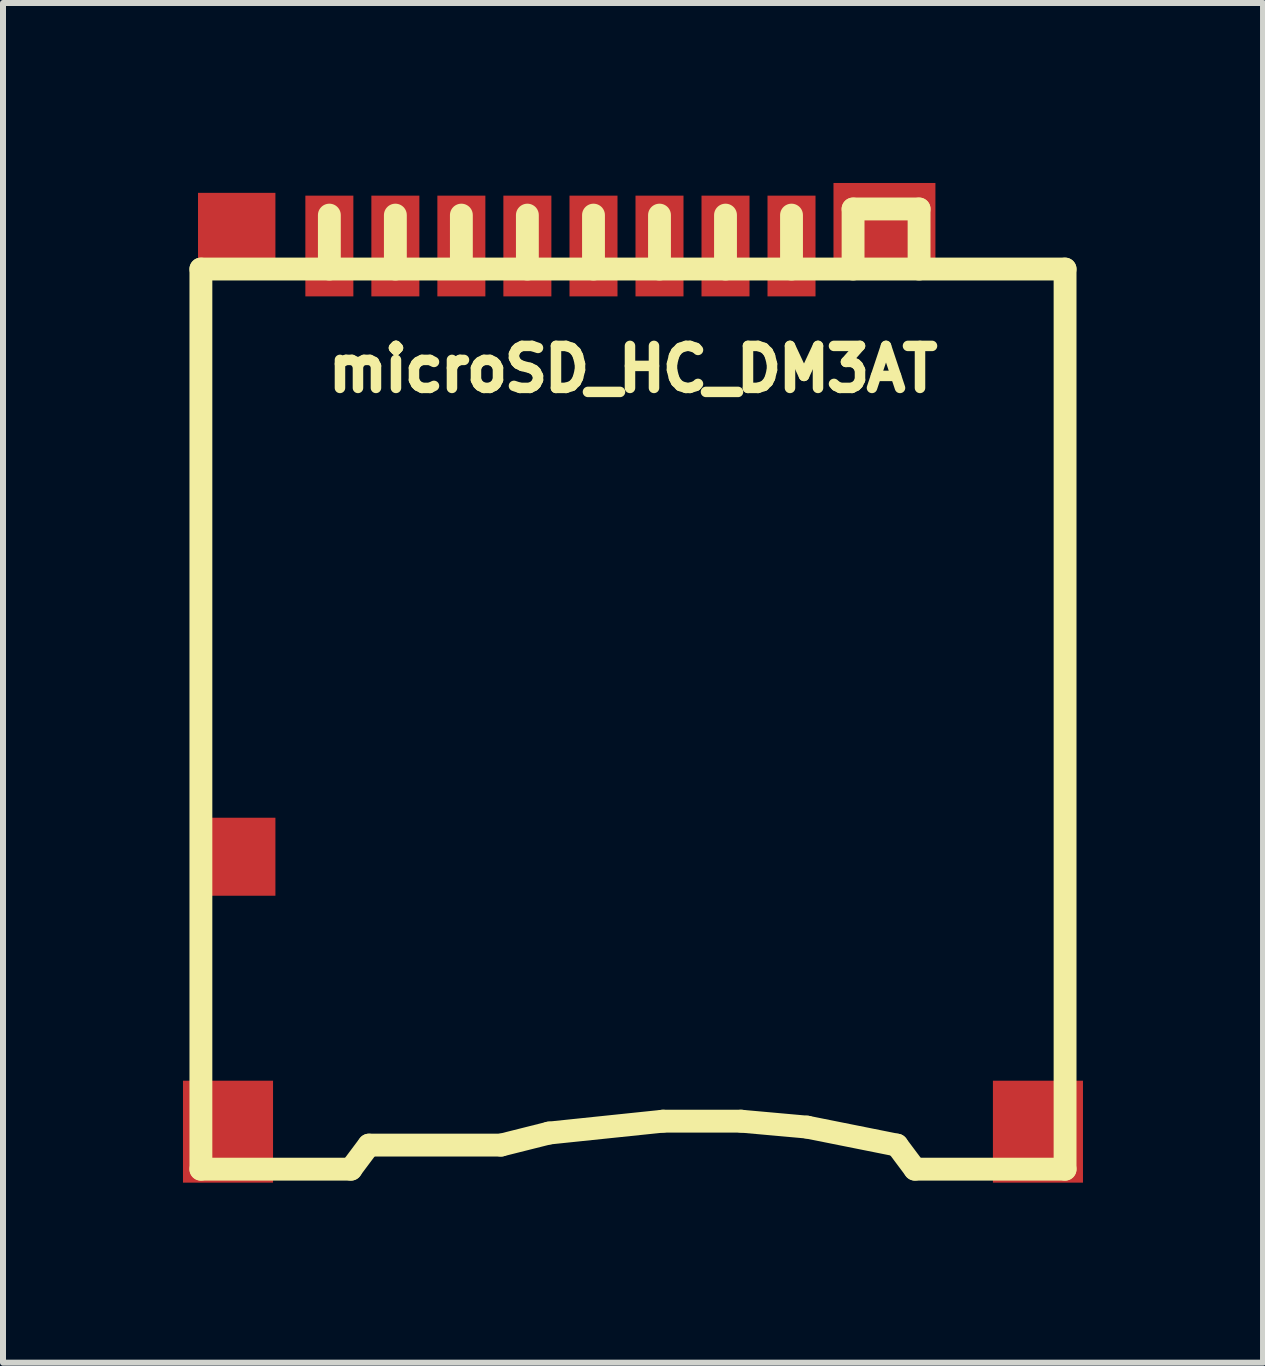
<source format=kicad_pcb>
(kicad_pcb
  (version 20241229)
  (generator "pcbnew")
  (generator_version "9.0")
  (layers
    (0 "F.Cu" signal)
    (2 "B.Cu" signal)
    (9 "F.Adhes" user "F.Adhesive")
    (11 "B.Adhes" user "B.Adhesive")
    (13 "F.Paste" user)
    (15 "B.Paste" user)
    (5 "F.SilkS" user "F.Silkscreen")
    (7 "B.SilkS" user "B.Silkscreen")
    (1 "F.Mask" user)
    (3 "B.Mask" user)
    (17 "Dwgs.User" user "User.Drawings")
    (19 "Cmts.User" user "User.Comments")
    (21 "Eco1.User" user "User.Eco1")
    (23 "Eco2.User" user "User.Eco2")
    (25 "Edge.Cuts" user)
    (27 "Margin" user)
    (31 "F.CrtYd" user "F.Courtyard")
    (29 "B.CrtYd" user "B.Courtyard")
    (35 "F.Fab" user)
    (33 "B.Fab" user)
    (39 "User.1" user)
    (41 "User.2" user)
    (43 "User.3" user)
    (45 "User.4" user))
  (footprint "microSD_HC_DM3AT"
    (layer "F.Cu")
    (at 7.499 8.434)
    (property "Reference" "microSD_HC_DM3AT" (at 0 -5.334 0) (layer "F.SilkS") (effects (font (size 0.7 0.7) (thickness 0.175))))
    (attr through_hole)
    (fp_line (start -7.201 -7) (end -7.201 8.001) (stroke (width 0.381) (type solid)) (layer "F.SilkS"))
    (fp_line (start -5.06 -7) (end -5.06 -7.899) (stroke (width 0.381) (type solid)) (layer "F.SilkS"))
    (fp_line (start -4.699 8.001) (end -7.201 8.001) (stroke (width 0.381) (type solid)) (layer "F.SilkS"))
    (fp_line (start -4.402 7.6) (end -4.702 8.001) (stroke (width 0.381) (type solid)) (layer "F.SilkS"))
    (fp_line (start -3.96 -7.899) (end -3.96 -7) (stroke (width 0.381) (type solid)) (layer "F.SilkS"))
    (fp_line (start -2.86 -7.899) (end -2.86 -7.099) (stroke (width 0.381) (type solid)) (layer "F.SilkS"))
    (fp_line (start -2.2 7.6) (end -4.399 7.6) (stroke (width 0.381) (type solid)) (layer "F.SilkS"))
    (fp_line (start -2.2 7.6) (end -1.4 7.399) (stroke (width 0.381) (type solid)) (layer "F.SilkS"))
    (fp_line (start -1.76 -7.899) (end -1.76 -7) (stroke (width 0.381) (type solid)) (layer "F.SilkS"))
    (fp_line (start -1.4 7.399) (end 0.5 7.201) (stroke (width 0.381) (type solid)) (layer "F.SilkS"))
    (fp_line (start -0.658 -7.899) (end -0.658 -7) (stroke (width 0.381) (type solid)) (layer "F.SilkS"))
    (fp_line (start 0.442 -7.899) (end 0.442 -7) (stroke (width 0.381) (type solid)) (layer "F.SilkS"))
    (fp_line (start 0.5 7.201) (end 1.801 7.201) (stroke (width 0.381) (type solid)) (layer "F.SilkS"))
    (fp_line (start 1.542 -7.899) (end 1.542 -7) (stroke (width 0.381) (type solid)) (layer "F.SilkS"))
    (fp_line (start 1.801 7.201) (end 2.901 7.3) (stroke (width 0.381) (type solid)) (layer "F.SilkS"))
    (fp_line (start 2.642 -7.899) (end 2.642 -7) (stroke (width 0.381) (type solid)) (layer "F.SilkS"))
    (fp_line (start 2.901 7.3) (end 4.399 7.6) (stroke (width 0.381) (type solid)) (layer "F.SilkS"))
    (fp_line (start 3.668 -7) (end 3.668 -8.001) (stroke (width 0.381) (type solid)) (layer "F.SilkS"))
    (fp_line (start 4.699 8.001) (end 4.399 7.6) (stroke (width 0.381) (type solid)) (layer "F.SilkS"))
    (fp_line (start 4.699 8.001) (end 7.201 8.001) (stroke (width 0.381) (type solid)) (layer "F.SilkS"))
    (fp_line (start 4.768 -8.001) (end 3.668 -8.001) (stroke (width 0.381) (type solid)) (layer "F.SilkS"))
    (fp_line (start 4.768 -8.001) (end 4.768 -7) (stroke (width 0.381) (type solid)) (layer "F.SilkS"))
    (fp_line (start 7.201 -7) (end -7.201 -7) (stroke (width 0.381) (type solid)) (layer "F.SilkS"))
    (fp_line (start 7.201 8.001) (end 7.201 -7) (stroke (width 0.381) (type solid)) (layer "F.SilkS"))
    (pad "" smd rect (at -6.749 7.376) (size 1.501 1.699) (layers "F.Cu" "F.Mask" "F.Paste"))
    (pad "" smd rect (at 4.191 -7.684) (size 1.699 1.501) (layers "F.Cu" "F.Mask" "F.Paste"))
    (pad "" smd rect (at 6.749 7.376) (size 1.501 1.699) (layers "F.Cu" "F.Mask" "F.Paste"))
    (pad "1" smd rect (at 2.642 -7.384) (size 0.8 1.679) (layers "F.Cu" "F.Mask" "F.Paste"))
    (pad "2" smd rect (at 1.542 -7.384) (size 0.8 1.679) (layers "F.Cu" "F.Mask" "F.Paste"))
    (pad "3" smd rect (at 0.442 -7.384) (size 0.8 1.679) (layers "F.Cu" "F.Mask" "F.Paste"))
    (pad "4" smd rect (at -0.658 -7.384) (size 0.8 1.679) (layers "F.Cu" "F.Mask" "F.Paste"))
    (pad "5" smd rect (at -1.76 -7.384) (size 0.8 1.679) (layers "F.Cu" "F.Mask" "F.Paste"))
    (pad "6" smd rect (at -2.86 -7.384) (size 0.8 1.679) (layers "F.Cu" "F.Mask" "F.Paste"))
    (pad "7" smd rect (at -3.96 -7.384) (size 0.8 1.679) (layers "F.Cu" "F.Mask" "F.Paste"))
    (pad "8" smd rect (at -5.06 -7.384) (size 0.8 1.679) (layers "F.Cu" "F.Mask" "F.Paste"))
    (pad "CD1" smd rect (at -6.604 -7.62) (size 1.29 1.3) (layers "F.Cu" "F.Mask" "F.Paste"))
    (pad "CD2" smd rect (at -6.604 2.794) (size 1.29 1.3) (layers "F.Cu" "F.Mask" "F.Paste")))
  (gr_rect
    (start -3 -3)
    (end 17.999 19.66)
    (stroke (width 0.1) (type default))
    (fill no)
    (layer "Edge.Cuts")))
</source>
